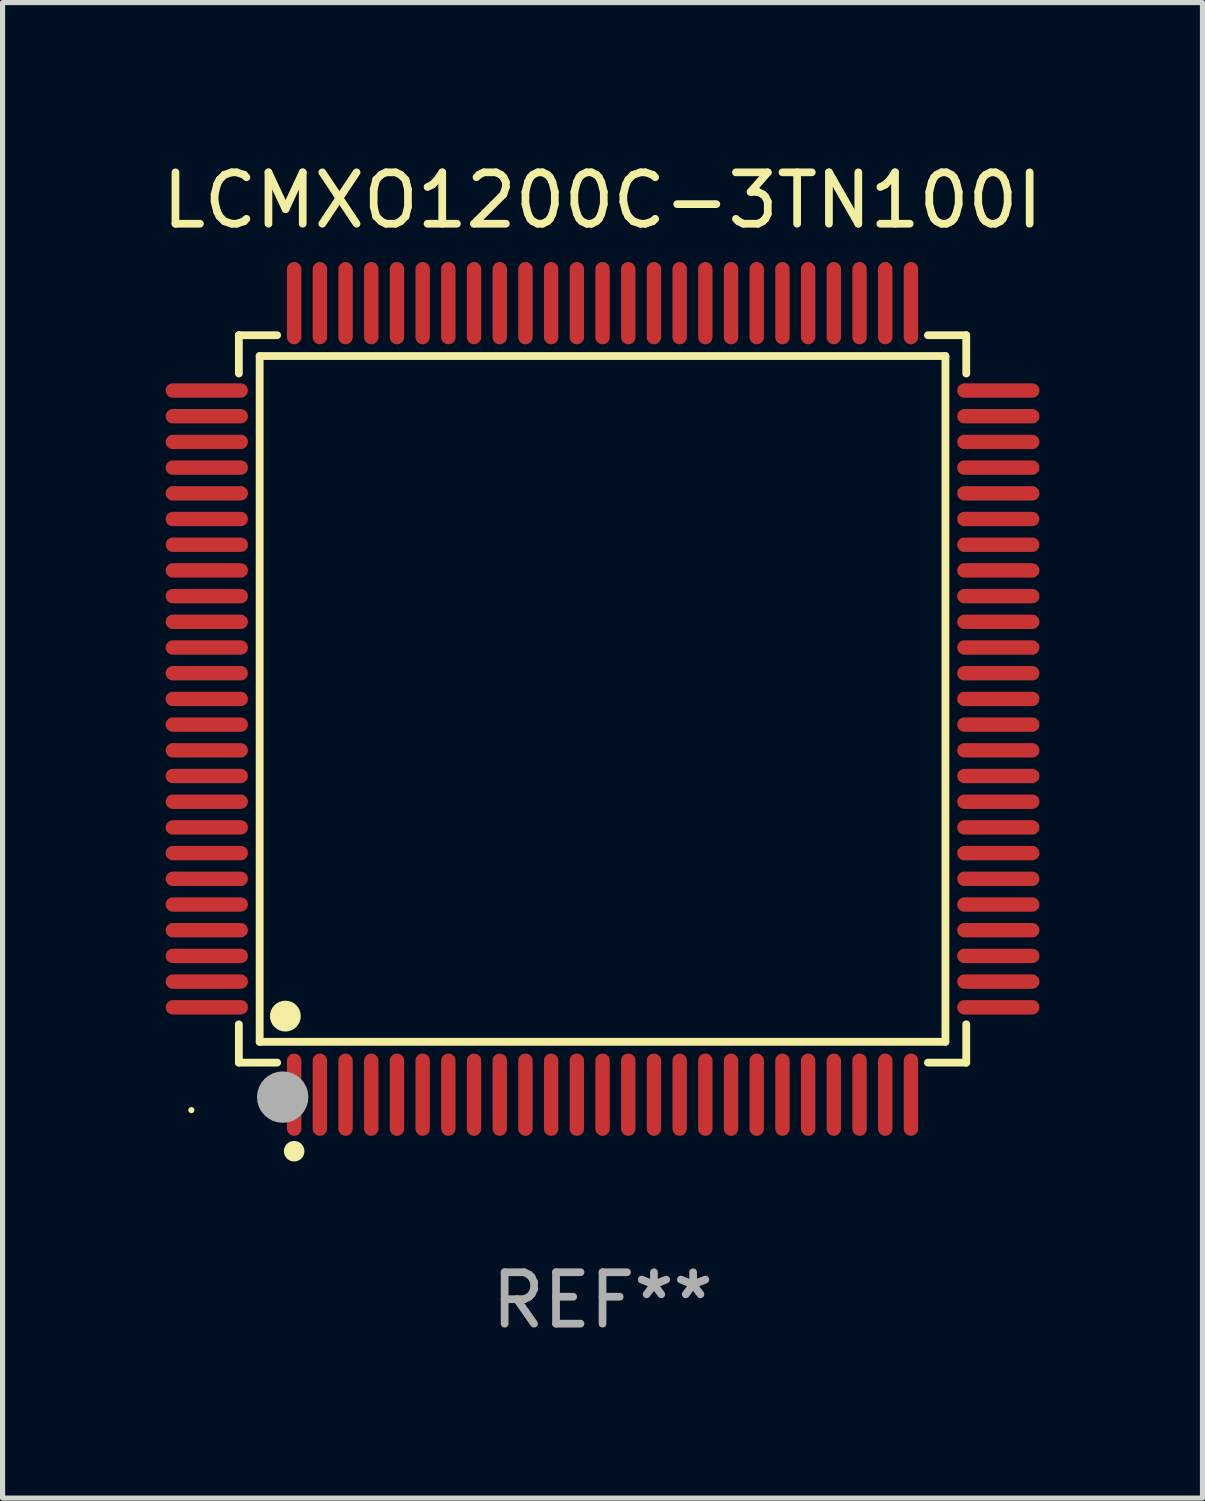
<source format=kicad_pcb>
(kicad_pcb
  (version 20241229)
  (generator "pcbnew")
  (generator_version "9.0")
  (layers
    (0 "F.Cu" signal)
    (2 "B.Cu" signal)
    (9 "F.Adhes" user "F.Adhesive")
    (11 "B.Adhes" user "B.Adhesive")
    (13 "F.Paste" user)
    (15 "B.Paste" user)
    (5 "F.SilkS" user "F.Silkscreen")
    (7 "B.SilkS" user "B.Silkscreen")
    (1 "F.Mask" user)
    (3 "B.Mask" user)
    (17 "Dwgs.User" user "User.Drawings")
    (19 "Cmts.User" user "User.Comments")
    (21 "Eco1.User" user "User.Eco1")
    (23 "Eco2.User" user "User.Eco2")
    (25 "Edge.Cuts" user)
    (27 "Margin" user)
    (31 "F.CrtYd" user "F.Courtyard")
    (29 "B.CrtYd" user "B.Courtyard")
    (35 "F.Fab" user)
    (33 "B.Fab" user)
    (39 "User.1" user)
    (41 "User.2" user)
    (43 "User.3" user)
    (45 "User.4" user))
  (footprint "LCMXO1200C-3TN100I"
    (layer "F.Cu")
    (at 8.673 10.548)
    (property "Reference" "LCMXO1200C-3TN100I" (at 0 -9.7 0) (layer "F.SilkS") (effects (font (size 1 1) (thickness 0.15))))
    (attr through_hole)
    (fp_line (start -7.076 -7.076) (end -6.331 -7.076) (stroke (width 0.152) (type solid)) (layer "F.SilkS"))
    (fp_line (start -7.076 -6.331) (end -7.076 -7.076) (stroke (width 0.152) (type solid)) (layer "F.SilkS"))
    (fp_line (start -7.076 6.331) (end -7.076 7.076) (stroke (width 0.152) (type solid)) (layer "F.SilkS"))
    (fp_line (start -7.076 7.076) (end -6.331 7.076) (stroke (width 0.152) (type solid)) (layer "F.SilkS"))
    (fp_line (start -6.671 -6.671) (end 6.671 -6.671) (stroke (width 0.152) (type solid)) (layer "F.SilkS"))
    (fp_line (start -6.671 6.671) (end -6.671 -6.671) (stroke (width 0.152) (type solid)) (layer "F.SilkS"))
    (fp_line (start 6.671 -6.671) (end 6.671 6.671) (stroke (width 0.152) (type solid)) (layer "F.SilkS"))
    (fp_line (start 6.671 6.671) (end -6.671 6.671) (stroke (width 0.152) (type solid)) (layer "F.SilkS"))
    (fp_line (start 7.076 -7.076) (end 6.331 -7.076) (stroke (width 0.152) (type solid)) (layer "F.SilkS"))
    (fp_line (start 7.076 -6.331) (end 7.076 -7.076) (stroke (width 0.152) (type solid)) (layer "F.SilkS"))
    (fp_line (start 7.076 6.331) (end 7.076 7.076) (stroke (width 0.152) (type solid)) (layer "F.SilkS"))
    (fp_line (start 7.076 7.076) (end 6.331 7.076) (stroke (width 0.152) (type solid)) (layer "F.SilkS"))
    (fp_circle (center -8 8) (end -7.97 8) (stroke (width 0.06) (type solid)) (fill no) (layer "F.SilkS"))
    (fp_circle (center -6.171 6.171) (end -6.021 6.171) (stroke (width 0.3) (type solid)) (fill no) (layer "F.SilkS"))
    (fp_circle (center -6 8.8) (end -5.9 8.8) (stroke (width 0.2) (type solid)) (fill no) (layer "F.SilkS"))
    (fp_circle (center -6.223 7.747) (end -5.973 7.747) (stroke (width 0.5) (type solid)) (fill no) (layer "F.Fab"))
    (fp_text user "REF**" (at 0 11.7 0) (layer "F.Fab") (effects (font (size 1 1) (thickness 0.15))))
    (pad "1" smd oval (at -6 7.7) (size 0.28 1.6) (layers "F.Cu" "F.Mask" "F.Paste"))
    (pad "2" smd oval (at -5.5 7.7) (size 0.28 1.6) (layers "F.Cu" "F.Mask" "F.Paste"))
    (pad "3" smd oval (at -5 7.7) (size 0.28 1.6) (layers "F.Cu" "F.Mask" "F.Paste"))
    (pad "4" smd oval (at -4.5 7.7) (size 0.28 1.6) (layers "F.Cu" "F.Mask" "F.Paste"))
    (pad "5" smd oval (at -4 7.7) (size 0.28 1.6) (layers "F.Cu" "F.Mask" "F.Paste"))
    (pad "6" smd oval (at -3.5 7.7) (size 0.28 1.6) (layers "F.Cu" "F.Mask" "F.Paste"))
    (pad "7" smd oval (at -3 7.7) (size 0.28 1.6) (layers "F.Cu" "F.Mask" "F.Paste"))
    (pad "8" smd oval (at -2.5 7.7) (size 0.28 1.6) (layers "F.Cu" "F.Mask" "F.Paste"))
    (pad "9" smd oval (at -2 7.7) (size 0.28 1.6) (layers "F.Cu" "F.Mask" "F.Paste"))
    (pad "10" smd oval (at -1.5 7.7) (size 0.28 1.6) (layers "F.Cu" "F.Mask" "F.Paste"))
    (pad "11" smd oval (at -1 7.7) (size 0.28 1.6) (layers "F.Cu" "F.Mask" "F.Paste"))
    (pad "12" smd oval (at -0.5 7.7) (size 0.28 1.6) (layers "F.Cu" "F.Mask" "F.Paste"))
    (pad "13" smd oval (at 0 7.7) (size 0.28 1.6) (layers "F.Cu" "F.Mask" "F.Paste"))
    (pad "14" smd oval (at 0.5 7.7) (size 0.28 1.6) (layers "F.Cu" "F.Mask" "F.Paste"))
    (pad "15" smd oval (at 1 7.7) (size 0.28 1.6) (layers "F.Cu" "F.Mask" "F.Paste"))
    (pad "16" smd oval (at 1.5 7.7) (size 0.28 1.6) (layers "F.Cu" "F.Mask" "F.Paste"))
    (pad "17" smd oval (at 2 7.7) (size 0.28 1.6) (layers "F.Cu" "F.Mask" "F.Paste"))
    (pad "18" smd oval (at 2.5 7.7) (size 0.28 1.6) (layers "F.Cu" "F.Mask" "F.Paste"))
    (pad "19" smd oval (at 3 7.7) (size 0.28 1.6) (layers "F.Cu" "F.Mask" "F.Paste"))
    (pad "20" smd oval (at 3.5 7.7) (size 0.28 1.6) (layers "F.Cu" "F.Mask" "F.Paste"))
    (pad "21" smd oval (at 4 7.7) (size 0.28 1.6) (layers "F.Cu" "F.Mask" "F.Paste"))
    (pad "22" smd oval (at 4.5 7.7) (size 0.28 1.6) (layers "F.Cu" "F.Mask" "F.Paste"))
    (pad "23" smd oval (at 5 7.7) (size 0.28 1.6) (layers "F.Cu" "F.Mask" "F.Paste"))
    (pad "24" smd oval (at 5.5 7.7) (size 0.28 1.6) (layers "F.Cu" "F.Mask" "F.Paste"))
    (pad "25" smd oval (at 6 7.7) (size 0.28 1.6) (layers "F.Cu" "F.Mask" "F.Paste"))
    (pad "26" smd oval (at 7.7 6) (size 1.6 0.28) (layers "F.Cu" "F.Mask" "F.Paste"))
    (pad "27" smd oval (at 7.7 5.5) (size 1.6 0.28) (layers "F.Cu" "F.Mask" "F.Paste"))
    (pad "28" smd oval (at 7.7 5) (size 1.6 0.28) (layers "F.Cu" "F.Mask" "F.Paste"))
    (pad "29" smd oval (at 7.7 4.5) (size 1.6 0.28) (layers "F.Cu" "F.Mask" "F.Paste"))
    (pad "30" smd oval (at 7.7 4) (size 1.6 0.28) (layers "F.Cu" "F.Mask" "F.Paste"))
    (pad "31" smd oval (at 7.7 3.5) (size 1.6 0.28) (layers "F.Cu" "F.Mask" "F.Paste"))
    (pad "32" smd oval (at 7.7 3) (size 1.6 0.28) (layers "F.Cu" "F.Mask" "F.Paste"))
    (pad "33" smd oval (at 7.7 2.5) (size 1.6 0.28) (layers "F.Cu" "F.Mask" "F.Paste"))
    (pad "34" smd oval (at 7.7 2) (size 1.6 0.28) (layers "F.Cu" "F.Mask" "F.Paste"))
    (pad "35" smd oval (at 7.7 1.5) (size 1.6 0.28) (layers "F.Cu" "F.Mask" "F.Paste"))
    (pad "36" smd oval (at 7.7 1) (size 1.6 0.28) (layers "F.Cu" "F.Mask" "F.Paste"))
    (pad "37" smd oval (at 7.7 0.5) (size 1.6 0.28) (layers "F.Cu" "F.Mask" "F.Paste"))
    (pad "38" smd oval (at 7.7 0) (size 1.6 0.28) (layers "F.Cu" "F.Mask" "F.Paste"))
    (pad "39" smd oval (at 7.7 -0.5) (size 1.6 0.28) (layers "F.Cu" "F.Mask" "F.Paste"))
    (pad "40" smd oval (at 7.7 -1) (size 1.6 0.28) (layers "F.Cu" "F.Mask" "F.Paste"))
    (pad "41" smd oval (at 7.7 -1.5) (size 1.6 0.28) (layers "F.Cu" "F.Mask" "F.Paste"))
    (pad "42" smd oval (at 7.7 -2) (size 1.6 0.28) (layers "F.Cu" "F.Mask" "F.Paste"))
    (pad "43" smd oval (at 7.7 -2.5) (size 1.6 0.28) (layers "F.Cu" "F.Mask" "F.Paste"))
    (pad "44" smd oval (at 7.7 -3) (size 1.6 0.28) (layers "F.Cu" "F.Mask" "F.Paste"))
    (pad "45" smd oval (at 7.7 -3.5) (size 1.6 0.28) (layers "F.Cu" "F.Mask" "F.Paste"))
    (pad "46" smd oval (at 7.7 -4) (size 1.6 0.28) (layers "F.Cu" "F.Mask" "F.Paste"))
    (pad "47" smd oval (at 7.7 -4.5) (size 1.6 0.28) (layers "F.Cu" "F.Mask" "F.Paste"))
    (pad "48" smd oval (at 7.7 -5) (size 1.6 0.28) (layers "F.Cu" "F.Mask" "F.Paste"))
    (pad "49" smd oval (at 7.7 -5.5) (size 1.6 0.28) (layers "F.Cu" "F.Mask" "F.Paste"))
    (pad "50" smd oval (at 7.7 -6) (size 1.6 0.28) (layers "F.Cu" "F.Mask" "F.Paste"))
    (pad "51" smd oval (at 6 -7.7) (size 0.28 1.6) (layers "F.Cu" "F.Mask" "F.Paste"))
    (pad "52" smd oval (at 5.5 -7.7) (size 0.28 1.6) (layers "F.Cu" "F.Mask" "F.Paste"))
    (pad "53" smd oval (at 5 -7.7) (size 0.28 1.6) (layers "F.Cu" "F.Mask" "F.Paste"))
    (pad "54" smd oval (at 4.5 -7.7) (size 0.28 1.6) (layers "F.Cu" "F.Mask" "F.Paste"))
    (pad "55" smd oval (at 4 -7.7) (size 0.28 1.6) (layers "F.Cu" "F.Mask" "F.Paste"))
    (pad "56" smd oval (at 3.5 -7.7) (size 0.28 1.6) (layers "F.Cu" "F.Mask" "F.Paste"))
    (pad "57" smd oval (at 3 -7.7) (size 0.28 1.6) (layers "F.Cu" "F.Mask" "F.Paste"))
    (pad "58" smd oval (at 2.5 -7.7) (size 0.28 1.6) (layers "F.Cu" "F.Mask" "F.Paste"))
    (pad "59" smd oval (at 2 -7.7) (size 0.28 1.6) (layers "F.Cu" "F.Mask" "F.Paste"))
    (pad "60" smd oval (at 1.5 -7.7) (size 0.28 1.6) (layers "F.Cu" "F.Mask" "F.Paste"))
    (pad "61" smd oval (at 1 -7.7) (size 0.28 1.6) (layers "F.Cu" "F.Mask" "F.Paste"))
    (pad "62" smd oval (at 0.5 -7.7) (size 0.28 1.6) (layers "F.Cu" "F.Mask" "F.Paste"))
    (pad "63" smd oval (at 0 -7.7) (size 0.28 1.6) (layers "F.Cu" "F.Mask" "F.Paste"))
    (pad "64" smd oval (at -0.5 -7.7) (size 0.28 1.6) (layers "F.Cu" "F.Mask" "F.Paste"))
    (pad "65" smd oval (at -1 -7.7) (size 0.28 1.6) (layers "F.Cu" "F.Mask" "F.Paste"))
    (pad "66" smd oval (at -1.5 -7.7) (size 0.28 1.6) (layers "F.Cu" "F.Mask" "F.Paste"))
    (pad "67" smd oval (at -2 -7.7) (size 0.28 1.6) (layers "F.Cu" "F.Mask" "F.Paste"))
    (pad "68" smd oval (at -2.5 -7.7) (size 0.28 1.6) (layers "F.Cu" "F.Mask" "F.Paste"))
    (pad "69" smd oval (at -3 -7.7) (size 0.28 1.6) (layers "F.Cu" "F.Mask" "F.Paste"))
    (pad "70" smd oval (at -3.5 -7.7) (size 0.28 1.6) (layers "F.Cu" "F.Mask" "F.Paste"))
    (pad "71" smd oval (at -4 -7.7) (size 0.28 1.6) (layers "F.Cu" "F.Mask" "F.Paste"))
    (pad "72" smd oval (at -4.5 -7.7) (size 0.28 1.6) (layers "F.Cu" "F.Mask" "F.Paste"))
    (pad "73" smd oval (at -5 -7.7) (size 0.28 1.6) (layers "F.Cu" "F.Mask" "F.Paste"))
    (pad "74" smd oval (at -5.5 -7.7) (size 0.28 1.6) (layers "F.Cu" "F.Mask" "F.Paste"))
    (pad "75" smd oval (at -6 -7.7) (size 0.28 1.6) (layers "F.Cu" "F.Mask" "F.Paste"))
    (pad "76" smd oval (at -7.7 -6) (size 1.6 0.28) (layers "F.Cu" "F.Mask" "F.Paste"))
    (pad "77" smd oval (at -7.7 -5.5) (size 1.6 0.28) (layers "F.Cu" "F.Mask" "F.Paste"))
    (pad "78" smd oval (at -7.7 -5) (size 1.6 0.28) (layers "F.Cu" "F.Mask" "F.Paste"))
    (pad "79" smd oval (at -7.7 -4.5) (size 1.6 0.28) (layers "F.Cu" "F.Mask" "F.Paste"))
    (pad "80" smd oval (at -7.7 -4) (size 1.6 0.28) (layers "F.Cu" "F.Mask" "F.Paste"))
    (pad "81" smd oval (at -7.7 -3.5) (size 1.6 0.28) (layers "F.Cu" "F.Mask" "F.Paste"))
    (pad "82" smd oval (at -7.7 -3) (size 1.6 0.28) (layers "F.Cu" "F.Mask" "F.Paste"))
    (pad "83" smd oval (at -7.7 -2.5) (size 1.6 0.28) (layers "F.Cu" "F.Mask" "F.Paste"))
    (pad "84" smd oval (at -7.7 -2) (size 1.6 0.28) (layers "F.Cu" "F.Mask" "F.Paste"))
    (pad "85" smd oval (at -7.7 -1.5) (size 1.6 0.28) (layers "F.Cu" "F.Mask" "F.Paste"))
    (pad "86" smd oval (at -7.7 -1) (size 1.6 0.28) (layers "F.Cu" "F.Mask" "F.Paste"))
    (pad "87" smd oval (at -7.7 -0.5) (size 1.6 0.28) (layers "F.Cu" "F.Mask" "F.Paste"))
    (pad "88" smd oval (at -7.7 0) (size 1.6 0.28) (layers "F.Cu" "F.Mask" "F.Paste"))
    (pad "89" smd oval (at -7.7 0.5) (size 1.6 0.28) (layers "F.Cu" "F.Mask" "F.Paste"))
    (pad "90" smd oval (at -7.7 1) (size 1.6 0.28) (layers "F.Cu" "F.Mask" "F.Paste"))
    (pad "91" smd oval (at -7.7 1.5) (size 1.6 0.28) (layers "F.Cu" "F.Mask" "F.Paste"))
    (pad "92" smd oval (at -7.7 2) (size 1.6 0.28) (layers "F.Cu" "F.Mask" "F.Paste"))
    (pad "93" smd oval (at -7.7 2.5) (size 1.6 0.28) (layers "F.Cu" "F.Mask" "F.Paste"))
    (pad "94" smd oval (at -7.7 3) (size 1.6 0.28) (layers "F.Cu" "F.Mask" "F.Paste"))
    (pad "95" smd oval (at -7.7 3.5) (size 1.6 0.28) (layers "F.Cu" "F.Mask" "F.Paste"))
    (pad "96" smd oval (at -7.7 4) (size 1.6 0.28) (layers "F.Cu" "F.Mask" "F.Paste"))
    (pad "97" smd oval (at -7.7 4.5) (size 1.6 0.28) (layers "F.Cu" "F.Mask" "F.Paste"))
    (pad "98" smd oval (at -7.7 5) (size 1.6 0.28) (layers "F.Cu" "F.Mask" "F.Paste"))
    (pad "99" smd oval (at -7.7 5.5) (size 1.6 0.28) (layers "F.Cu" "F.Mask" "F.Paste"))
    (pad "100" smd oval (at -7.7 6) (size 1.6 0.28) (layers "F.Cu" "F.Mask" "F.Paste")))
  (gr_rect
    (start -3 -3)
    (end 20.345 26.097)
    (stroke (width 0.1) (type default))
    (fill no)
    (layer "Edge.Cuts")))
</source>
